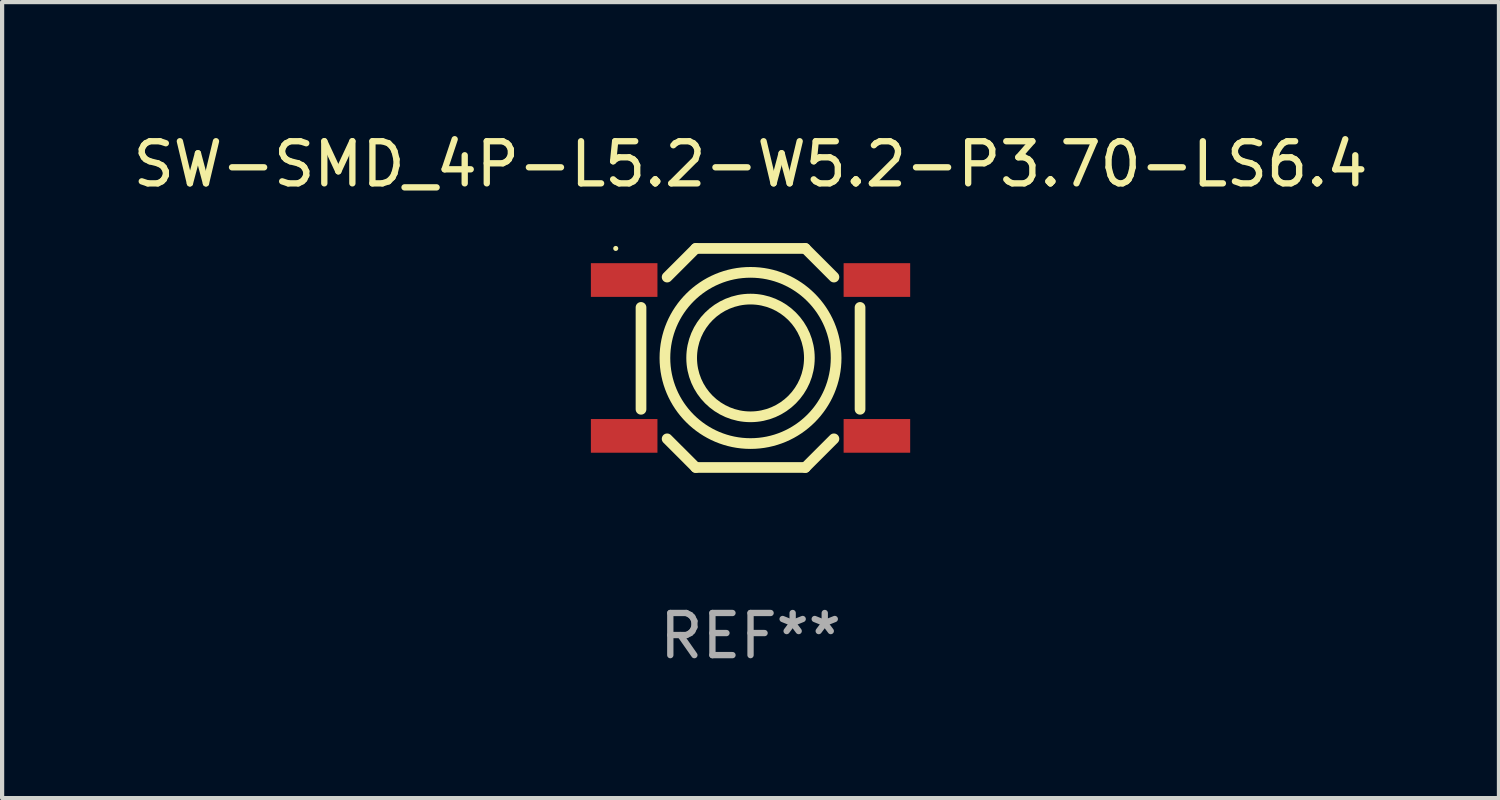
<source format=kicad_pcb>
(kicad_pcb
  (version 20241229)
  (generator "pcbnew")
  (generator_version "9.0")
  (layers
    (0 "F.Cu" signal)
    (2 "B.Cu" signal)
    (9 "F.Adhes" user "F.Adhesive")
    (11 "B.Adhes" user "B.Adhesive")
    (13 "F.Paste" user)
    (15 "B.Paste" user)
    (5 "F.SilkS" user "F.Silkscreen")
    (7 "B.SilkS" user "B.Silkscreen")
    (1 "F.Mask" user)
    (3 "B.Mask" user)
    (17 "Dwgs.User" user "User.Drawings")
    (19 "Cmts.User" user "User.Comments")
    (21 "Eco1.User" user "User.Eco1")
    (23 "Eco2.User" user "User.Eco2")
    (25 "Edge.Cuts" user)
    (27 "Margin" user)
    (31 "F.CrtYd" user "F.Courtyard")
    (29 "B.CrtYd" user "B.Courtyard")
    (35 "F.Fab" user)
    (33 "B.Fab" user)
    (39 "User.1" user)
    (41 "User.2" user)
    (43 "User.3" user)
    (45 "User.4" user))
  (footprint "SW-SMD_4P-L5.2-W5.2-P3.70-LS6.4"
    (layer "F.Cu")
    (at 14.768 5.448)
    (property "Reference" "SW-SMD_4P-L5.2-W5.2-P3.70-LS6.4" (at 0 -4.6 0) (layer "F.SilkS") (effects (font (size 1 1) (thickness 0.15))))
    (attr smd)
    (fp_line (start -2.6 -1.2) (end -2.6 1.219) (stroke (width 0.254) (type solid)) (layer "F.SilkS"))
    (fp_line (start -1.98 1.92) (end -1.3 2.6) (stroke (width 0.254) (type solid)) (layer "F.SilkS"))
    (fp_line (start -1.3 -2.6) (end -1.98 -1.92) (stroke (width 0.254) (type solid)) (layer "F.SilkS"))
    (fp_line (start -1.3 2.6) (end 1.3 2.6) (stroke (width 0.254) (type solid)) (layer "F.SilkS"))
    (fp_line (start 1.3 -2.6) (end -1.3 -2.6) (stroke (width 0.254) (type solid)) (layer "F.SilkS"))
    (fp_line (start 1.3 2.6) (end 1.98 1.92) (stroke (width 0.254) (type solid)) (layer "F.SilkS"))
    (fp_line (start 1.98 -1.92) (end 1.3 -2.6) (stroke (width 0.254) (type solid)) (layer "F.SilkS"))
    (fp_line (start 2.6 -1.2) (end 2.6 1.219) (stroke (width 0.254) (type solid)) (layer "F.SilkS"))
    (fp_circle (center -3.2 -2.6) (end -3.17 -2.6) (stroke (width 0.06) (type solid)) (fill no) (layer "F.SilkS"))
    (fp_circle (center -0.000254 0) (end 1.397 0) (stroke (width 0.254) (type solid)) (fill no) (layer "F.SilkS"))
    (fp_circle (center -0.000254 0) (end 2.032 0) (stroke (width 0.254) (type solid)) (fill no) (layer "F.SilkS"))
    (fp_text user "REF**" (at 0 6.6 0) (layer "F.Fab") (effects (font (size 1 1) (thickness 0.15))))
    (pad "1" smd rect (at -3 -1.85) (size 1.58 0.8) (layers "F.Cu" "F.Mask" "F.Paste"))
    (pad "2" smd rect (at 3 -1.85) (size 1.58 0.8) (layers "F.Cu" "F.Mask" "F.Paste"))
    (pad "3" smd rect (at -3 1.85) (size 1.58 0.8) (layers "F.Cu" "F.Mask" "F.Paste"))
    (pad "4" smd rect (at 3 1.85) (size 1.58 0.8) (layers "F.Cu" "F.Mask" "F.Paste")))
  (gr_rect
    (start -3 -3)
    (end 32.536 15.897)
    (stroke (width 0.1) (type default))
    (fill no)
    (layer "Edge.Cuts")))
</source>
